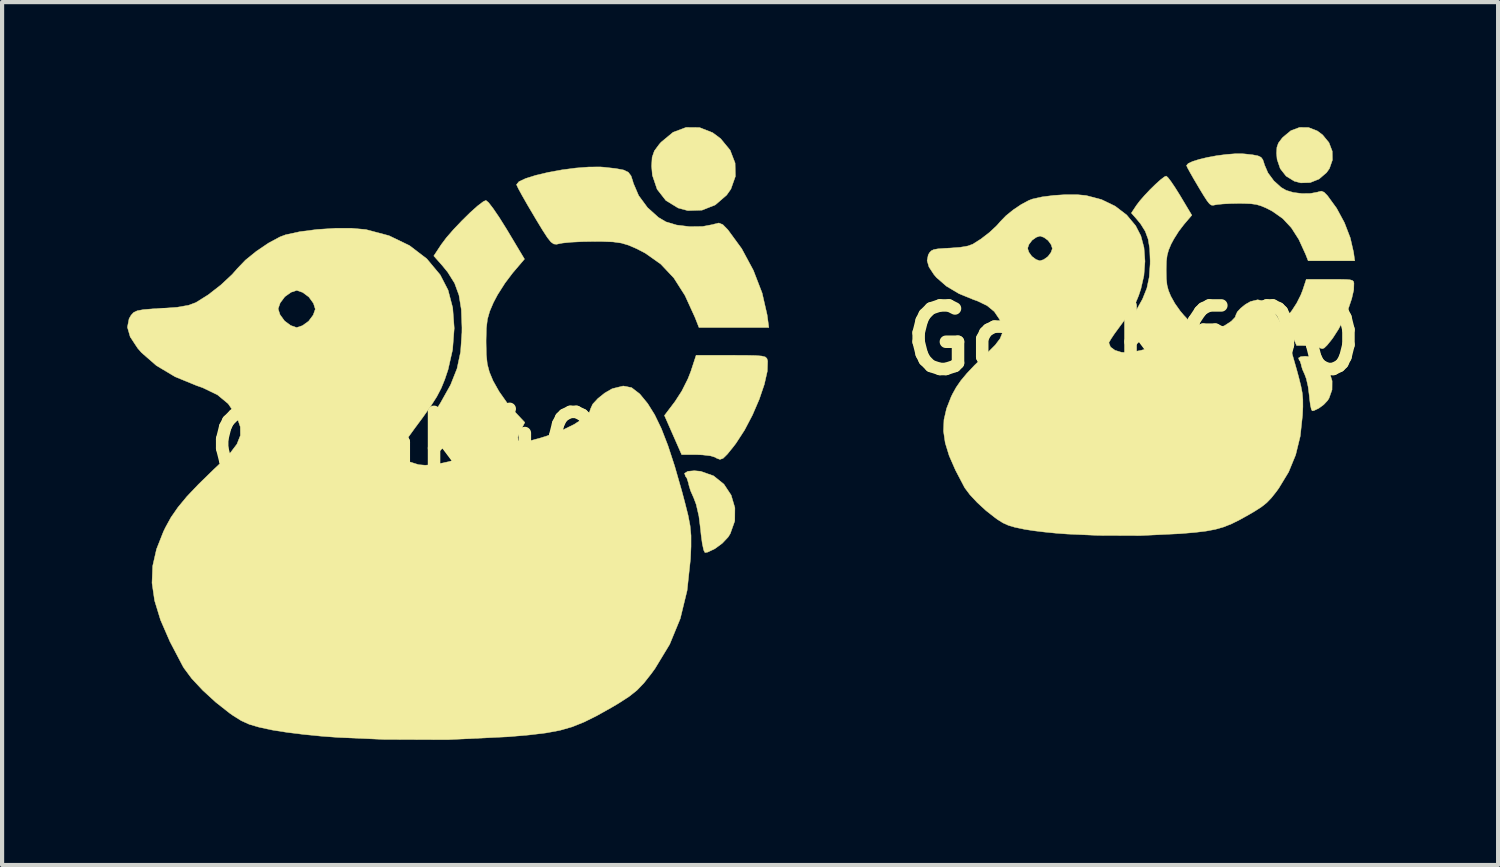
<source format=kicad_pcb>
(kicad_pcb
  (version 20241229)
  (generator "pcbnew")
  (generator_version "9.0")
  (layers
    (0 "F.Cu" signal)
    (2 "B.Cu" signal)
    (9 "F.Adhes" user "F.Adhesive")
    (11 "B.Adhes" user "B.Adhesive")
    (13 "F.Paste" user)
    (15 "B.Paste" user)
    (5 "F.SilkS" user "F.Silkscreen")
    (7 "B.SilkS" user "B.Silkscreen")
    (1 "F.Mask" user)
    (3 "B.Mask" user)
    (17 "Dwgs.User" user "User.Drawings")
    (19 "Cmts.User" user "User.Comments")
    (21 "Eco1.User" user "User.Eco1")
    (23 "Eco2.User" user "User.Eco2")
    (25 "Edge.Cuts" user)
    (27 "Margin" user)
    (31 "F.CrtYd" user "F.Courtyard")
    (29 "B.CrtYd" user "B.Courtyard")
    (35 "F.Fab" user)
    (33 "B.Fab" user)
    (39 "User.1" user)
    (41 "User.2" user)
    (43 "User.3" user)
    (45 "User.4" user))
  (footprint "GoInK600"
    (layer "F.Cu")
    (at 24.13 5.108)
    (property "Reference" "GoInK600" (at 0 0 0) (layer "F.SilkS") (effects (font (size 1.524 1.524) (thickness 0.3))))
    (attr through_hole)
    (fp_poly (pts (xy 4.195 -5.101) (xy 4.406 -5.019) (xy 4.532 -4.925) (xy 4.685 -4.739) (xy 4.764 -4.533) (xy 4.768 -4.321) (xy 4.697 -4.118) (xy 4.629 -4.021) (xy 4.447 -3.865) (xy 4.235 -3.78) (xy 4.009 -3.773) (xy 3.852 -3.815) (xy 3.657 -3.936) (xy 3.517 -4.115) (xy 3.441 -4.339) (xy 3.429 -4.485) (xy 3.437 -4.625) (xy 3.473 -4.728) (xy 3.553 -4.835) (xy 3.582 -4.868) (xy 3.772 -5.025) (xy 3.98 -5.103) (xy 4.195 -5.101)) (stroke (width 0.01) (type solid)) (fill yes) (layer "F.SilkS"))
    (fp_poly (pts (xy 4.214 0.394) (xy 4.42 0.467) (xy 4.584 0.599) (xy 4.7 0.775) (xy 4.761 0.977) (xy 4.759 1.188) (xy 4.687 1.391) (xy 4.652 1.446) (xy 4.559 1.545) (xy 4.44 1.632) (xy 4.327 1.686) (xy 4.283 1.693) (xy 4.262 1.654) (xy 4.239 1.55) (xy 4.22 1.4) (xy 4.214 1.335) (xy 4.185 1.111) (xy 4.142 0.923) (xy 4.103 0.818) (xy 4.051 0.702) (xy 4.023 0.61) (xy 4.022 0.592) (xy 3.993 0.503) (xy 3.972 0.476) (xy 3.955 0.426) (xy 4.007 0.394) (xy 4.113 0.384) (xy 4.214 0.394)) (stroke (width 0.01) (type solid)) (fill yes) (layer "F.SilkS"))
    (fp_poly (pts (xy 4.934 -1.46) (xy 5.091 -1.457) (xy 5.19 -1.449) (xy 5.246 -1.434) (xy 5.273 -1.41) (xy 5.283 -1.374) (xy 5.284 -1.367) (xy 5.279 -1.206) (xy 5.231 -0.997) (xy 5.15 -0.757) (xy 5.042 -0.507) (xy 4.915 -0.266) (xy 4.777 -0.052) (xy 4.738 -0.001) (xy 4.639 0.121) (xy 4.572 0.186) (xy 4.522 0.204) (xy 4.47 0.185) (xy 4.445 0.169) (xy 4.369 0.146) (xy 4.242 0.131) (xy 4.146 0.128) (xy 3.91 0.127) (xy 3.772 -0.186) (xy 3.635 -0.499) (xy 3.803 -0.721) (xy 3.912 -0.89) (xy 4.01 -1.084) (xy 4.056 -1.202) (xy 4.141 -1.46) (xy 4.706 -1.46) (xy 4.934 -1.46)) (stroke (width 0.01) (type solid)) (fill yes) (layer "F.SilkS"))
    (fp_poly (pts (xy 2.666 -4.467) (xy 2.857 -4.446) (xy 2.982 -4.422) (xy 3.057 -4.386) (xy 3.1 -4.329) (xy 3.13 -4.24) (xy 3.137 -4.212) (xy 3.222 -4.014) (xy 3.364 -3.822) (xy 3.539 -3.664) (xy 3.659 -3.594) (xy 3.83 -3.543) (xy 4.038 -3.517) (xy 4.245 -3.52) (xy 4.414 -3.552) (xy 4.424 -3.556) (xy 4.503 -3.575) (xy 4.568 -3.549) (xy 4.649 -3.467) (xy 4.649 -3.467) (xy 4.869 -3.165) (xy 5.056 -2.819) (xy 5.196 -2.456) (xy 5.276 -2.107) (xy 5.276 -2.106) (xy 5.303 -1.905) (xy 4.187 -1.905) (xy 4.124 -2.064) (xy 3.963 -2.416) (xy 3.784 -2.696) (xy 3.577 -2.918) (xy 3.33 -3.092) (xy 3.186 -3.167) (xy 3.059 -3.221) (xy 2.944 -3.255) (xy 2.812 -3.273) (xy 2.638 -3.28) (xy 2.519 -3.281) (xy 2.322 -3.277) (xy 2.144 -3.268) (xy 2.01 -3.255) (xy 1.965 -3.247) (xy 1.91 -3.236) (xy 1.865 -3.24) (xy 1.82 -3.272) (xy 1.764 -3.342) (xy 1.687 -3.46) (xy 1.579 -3.638) (xy 1.552 -3.684) (xy 1.446 -3.863) (xy 1.359 -4.016) (xy 1.297 -4.129) (xy 1.271 -4.187) (xy 1.27 -4.19) (xy 1.31 -4.238) (xy 1.418 -4.288) (xy 1.578 -4.338) (xy 1.776 -4.385) (xy 1.994 -4.425) (xy 2.217 -4.454) (xy 2.43 -4.471) (xy 2.615 -4.471) (xy 2.666 -4.467)) (stroke (width 0.01) (type solid)) (fill yes) (layer "F.SilkS"))
    (fp_poly (pts (xy 0.823 -3.903) (xy 0.896 -3.808) (xy 0.991 -3.668) (xy 1.099 -3.496) (xy 1.116 -3.468) (xy 1.397 -2.998) (xy 1.208 -2.776) (xy 1.084 -2.614) (xy 0.966 -2.427) (xy 0.9 -2.304) (xy 0.841 -2.164) (xy 0.806 -2.038) (xy 0.788 -1.895) (xy 0.783 -1.702) (xy 0.783 -1.672) (xy 0.787 -1.47) (xy 0.803 -1.321) (xy 0.836 -1.194) (xy 0.892 -1.059) (xy 0.897 -1.049) (xy 0.991 -0.881) (xy 1.116 -0.704) (xy 1.206 -0.597) (xy 1.403 -0.387) (xy 1.333 -0.252) (xy 1.292 -0.154) (xy 1.296 -0.095) (xy 1.353 -0.074) (xy 1.47 -0.089) (xy 1.654 -0.139) (xy 1.752 -0.17) (xy 1.99 -0.258) (xy 2.192 -0.356) (xy 2.344 -0.456) (xy 2.435 -0.551) (xy 2.455 -0.61) (xy 2.488 -0.681) (xy 2.571 -0.77) (xy 2.681 -0.858) (xy 2.792 -0.922) (xy 2.807 -0.929) (xy 2.975 -0.97) (xy 3.109 -0.944) (xy 3.236 -0.846) (xy 3.246 -0.836) (xy 3.367 -0.689) (xy 3.478 -0.51) (xy 3.585 -0.29) (xy 3.69 -0.019) (xy 3.799 0.313) (xy 3.914 0.716) (xy 3.96 0.886) (xy 4.013 1.098) (xy 4.045 1.265) (xy 4.059 1.42) (xy 4.06 1.597) (xy 4.051 1.796) (xy 3.997 2.299) (xy 3.887 2.749) (xy 3.718 3.16) (xy 3.483 3.547) (xy 3.425 3.628) (xy 3.306 3.778) (xy 3.196 3.893) (xy 3.07 3.994) (xy 2.904 4.101) (xy 2.79 4.168) (xy 2.554 4.3) (xy 2.35 4.402) (xy 2.159 4.478) (xy 1.963 4.534) (xy 1.741 4.576) (xy 1.475 4.608) (xy 1.144 4.636) (xy 1.122 4.638) (xy 0.166 4.684) (xy -0.846 4.68) (xy -1.587 4.647) (xy -1.856 4.627) (xy -2.136 4.599) (xy -2.398 4.567) (xy -2.611 4.534) (xy -2.639 4.528) (xy -2.849 4.484) (xy -3.003 4.438) (xy -3.131 4.38) (xy -3.261 4.299) (xy -3.316 4.259) (xy -3.539 4.084) (xy -3.747 3.893) (xy -3.923 3.705) (xy -4.048 3.538) (xy -4.063 3.51) (xy -4.27 3.115) (xy -4.421 2.77) (xy -4.516 2.461) (xy -4.557 2.178) (xy -4.546 1.907) (xy -4.484 1.638) (xy -4.374 1.357) (xy -4.342 1.291) (xy -4.253 1.13) (xy -4.142 0.969) (xy -3.998 0.796) (xy -3.812 0.599) (xy -3.571 0.366) (xy -3.5 0.298) (xy -3.316 0.114) (xy -3.199 -0.041) (xy -3.144 -0.179) (xy -3.145 -0.317) (xy -3.198 -0.468) (xy -3.215 -0.504) (xy -3.339 -0.687) (xy -3.511 -0.829) (xy -3.745 -0.942) (xy -3.84 -0.975) (xy -4.186 -1.117) (xy -4.487 -1.296) (xy -4.726 -1.504) (xy -4.786 -1.575) (xy -4.905 -1.756) (xy -4.95 -1.909) (xy -4.923 -2.046) (xy -4.891 -2.102) (xy -4.851 -2.144) (xy -4.792 -2.173) (xy -4.696 -2.191) (xy -4.565 -2.201) (xy -2.54 -2.201) (xy -2.511 -2.112) (xy -2.441 -2.014) (xy -2.436 -2.009) (xy -2.34 -1.937) (xy -2.248 -1.905) (xy -2.244 -1.905) (xy -2.154 -1.934) (xy -2.057 -2.004) (xy -2.051 -2.009) (xy -1.98 -2.105) (xy -1.947 -2.197) (xy -1.947 -2.201) (xy -1.976 -2.291) (xy -2.046 -2.388) (xy -2.051 -2.394) (xy -2.147 -2.465) (xy -2.239 -2.498) (xy -2.244 -2.498) (xy -2.333 -2.469) (xy -2.431 -2.399) (xy -2.436 -2.394) (xy -2.508 -2.298) (xy -2.54 -2.206) (xy -2.54 -2.201) (xy -4.565 -2.201) (xy -4.544 -2.203) (xy -4.414 -2.209) (xy -4.158 -2.228) (xy -3.974 -2.26) (xy -3.856 -2.303) (xy -3.66 -2.427) (xy -3.454 -2.586) (xy -3.275 -2.754) (xy -3.194 -2.847) (xy -3.063 -2.982) (xy -2.887 -3.125) (xy -2.694 -3.255) (xy -2.513 -3.352) (xy -2.42 -3.387) (xy -2.194 -3.437) (xy -1.92 -3.472) (xy -1.631 -3.491) (xy -1.359 -3.491) (xy -1.137 -3.47) (xy -0.768 -3.373) (xy -0.441 -3.215) (xy -0.165 -3.004) (xy 0.05 -2.746) (xy 0.175 -2.504) (xy 0.25 -2.22) (xy 0.274 -1.893) (xy 0.248 -1.55) (xy 0.176 -1.233) (xy 0.123 -1.073) (xy 0.067 -0.936) (xy -0.004 -0.802) (xy -0.098 -0.652) (xy -0.227 -0.47) (xy -0.355 -0.296) (xy -0.459 -0.154) (xy -0.539 -0.034) (xy -0.585 0.044) (xy -0.592 0.063) (xy -0.552 0.163) (xy -0.446 0.241) (xy -0.294 0.288) (xy -0.191 0.296) (xy -0.078 0.288) (xy 0.056 0.267) (xy 0.188 0.24) (xy 0.29 0.21) (xy 0.338 0.185) (xy 0.339 0.182) (xy 0.314 0.141) (xy 0.252 0.056) (xy 0.197 -0.014) (xy 0.098 -0.145) (xy 0.009 -0.274) (xy -0.021 -0.323) (xy -0.097 -0.455) (xy 0.057 -0.704) (xy 0.215 -0.987) (xy 0.319 -1.247) (xy 0.376 -1.516) (xy 0.397 -1.825) (xy 0.398 -1.905) (xy 0.387 -2.194) (xy 0.35 -2.422) (xy 0.28 -2.613) (xy 0.17 -2.789) (xy 0.084 -2.894) (xy -0.053 -3.05) (xy 0.065 -3.229) (xy 0.148 -3.339) (xy 0.263 -3.471) (xy 0.394 -3.61) (xy 0.528 -3.741) (xy 0.647 -3.848) (xy 0.739 -3.918) (xy 0.782 -3.937) (xy 0.823 -3.903)) (stroke (width 0.01) (type solid)) (fill yes) (layer "F.SilkS")))
  (footprint "GoInK400"
    (layer "F.Cu")
    (at 7.43 7.66)
    (property "Reference" "GoInK400" (at 0 0 0) (layer "F.SilkS") (effects (font (size 1.524 1.524) (thickness 0.3))))
    (attr through_hole)
    (fp_poly (pts (xy 6.293 -7.652) (xy 6.609 -7.528) (xy 6.798 -7.387) (xy 7.027 -7.109) (xy 7.146 -6.8) (xy 7.153 -6.482) (xy 7.045 -6.177) (xy 6.943 -6.032) (xy 6.671 -5.797) (xy 6.353 -5.671) (xy 6.013 -5.66) (xy 5.779 -5.723) (xy 5.485 -5.904) (xy 5.276 -6.172) (xy 5.162 -6.509) (xy 5.144 -6.728) (xy 5.156 -6.937) (xy 5.21 -7.092) (xy 5.329 -7.253) (xy 5.373 -7.302) (xy 5.658 -7.538) (xy 5.97 -7.655) (xy 6.293 -7.652)) (stroke (width 0.01) (type solid)) (fill yes) (layer "F.SilkS"))
    (fp_poly (pts (xy 6.322 0.591) (xy 6.63 0.7) (xy 6.877 0.899) (xy 7.051 1.162) (xy 7.141 1.465) (xy 7.138 1.782) (xy 7.03 2.086) (xy 6.978 2.169) (xy 6.838 2.317) (xy 6.66 2.448) (xy 6.491 2.528) (xy 6.424 2.54) (xy 6.393 2.481) (xy 6.359 2.325) (xy 6.329 2.101) (xy 6.32 2.003) (xy 6.278 1.667) (xy 6.213 1.385) (xy 6.154 1.228) (xy 6.077 1.054) (xy 6.035 0.914) (xy 6.032 0.888) (xy 5.99 0.755) (xy 5.958 0.713) (xy 5.933 0.639) (xy 6.011 0.591) (xy 6.169 0.577) (xy 6.322 0.591)) (stroke (width 0.01) (type solid)) (fill yes) (layer "F.SilkS"))
    (fp_poly (pts (xy 7.401 -2.19) (xy 7.636 -2.185) (xy 7.785 -2.173) (xy 7.87 -2.151) (xy 7.909 -2.114) (xy 7.924 -2.061) (xy 7.926 -2.05) (xy 7.918 -1.809) (xy 7.847 -1.495) (xy 7.725 -1.136) (xy 7.563 -0.76) (xy 7.373 -0.398) (xy 7.165 -0.078) (xy 7.107 -0.002) (xy 6.958 0.182) (xy 6.859 0.279) (xy 6.783 0.306) (xy 6.704 0.277) (xy 6.668 0.254) (xy 6.553 0.219) (xy 6.362 0.197) (xy 6.219 0.191) (xy 5.865 0.191) (xy 5.452 -0.748) (xy 5.705 -1.082) (xy 5.868 -1.334) (xy 6.015 -1.627) (xy 6.084 -1.803) (xy 6.211 -2.191) (xy 7.059 -2.191) (xy 7.401 -2.19)) (stroke (width 0.01) (type solid)) (fill yes) (layer "F.SilkS"))
    (fp_poly (pts (xy 3.999 -6.701) (xy 4.286 -6.669) (xy 4.473 -6.634) (xy 4.585 -6.58) (xy 4.651 -6.493) (xy 4.695 -6.36) (xy 4.706 -6.318) (xy 4.833 -6.021) (xy 5.046 -5.732) (xy 5.309 -5.496) (xy 5.489 -5.39) (xy 5.745 -5.314) (xy 6.056 -5.276) (xy 6.367 -5.28) (xy 6.621 -5.328) (xy 6.636 -5.334) (xy 6.755 -5.363) (xy 6.852 -5.324) (xy 6.973 -5.2) (xy 6.973 -5.2) (xy 7.304 -4.748) (xy 7.584 -4.228) (xy 7.794 -3.684) (xy 7.914 -3.16) (xy 7.914 -3.159) (xy 7.955 -2.857) (xy 6.28 -2.857) (xy 6.186 -3.096) (xy 5.945 -3.624) (xy 5.677 -4.045) (xy 5.365 -4.376) (xy 4.995 -4.638) (xy 4.779 -4.75) (xy 4.588 -4.832) (xy 4.415 -4.883) (xy 4.219 -4.91) (xy 3.957 -4.92) (xy 3.778 -4.921) (xy 3.483 -4.916) (xy 3.216 -4.903) (xy 3.015 -4.883) (xy 2.947 -4.871) (xy 2.865 -4.853) (xy 2.798 -4.86) (xy 2.73 -4.908) (xy 2.646 -5.013) (xy 2.531 -5.19) (xy 2.369 -5.457) (xy 2.328 -5.527) (xy 2.169 -5.795) (xy 2.038 -6.025) (xy 1.946 -6.194) (xy 1.906 -6.28) (xy 1.905 -6.285) (xy 1.964 -6.356) (xy 2.127 -6.432) (xy 2.368 -6.507) (xy 2.664 -6.577) (xy 2.991 -6.637) (xy 3.326 -6.681) (xy 3.645 -6.706) (xy 3.922 -6.707) (xy 3.999 -6.701)) (stroke (width 0.01) (type solid)) (fill yes) (layer "F.SilkS"))
    (fp_poly (pts (xy 1.234 -5.854) (xy 1.343 -5.713) (xy 1.487 -5.502) (xy 1.649 -5.244) (xy 1.675 -5.202) (xy 2.096 -4.498) (xy 1.811 -4.164) (xy 1.627 -3.92) (xy 1.449 -3.64) (xy 1.351 -3.455) (xy 1.262 -3.246) (xy 1.208 -3.057) (xy 1.182 -2.842) (xy 1.175 -2.553) (xy 1.175 -2.508) (xy 1.181 -2.205) (xy 1.204 -1.981) (xy 1.254 -1.791) (xy 1.338 -1.589) (xy 1.345 -1.574) (xy 1.487 -1.322) (xy 1.674 -1.056) (xy 1.809 -0.896) (xy 2.104 -0.581) (xy 1.999 -0.379) (xy 1.937 -0.231) (xy 1.944 -0.143) (xy 2.029 -0.111) (xy 2.205 -0.134) (xy 2.482 -0.209) (xy 2.627 -0.255) (xy 2.986 -0.387) (xy 3.288 -0.535) (xy 3.517 -0.685) (xy 3.653 -0.826) (xy 3.683 -0.915) (xy 3.732 -1.021) (xy 3.857 -1.156) (xy 4.021 -1.287) (xy 4.188 -1.384) (xy 4.211 -1.393) (xy 4.462 -1.455) (xy 4.664 -1.416) (xy 4.855 -1.269) (xy 4.869 -1.254) (xy 5.05 -1.034) (xy 5.217 -0.766) (xy 5.377 -0.435) (xy 5.535 -0.028) (xy 5.698 0.47) (xy 5.871 1.074) (xy 5.939 1.33) (xy 6.019 1.647) (xy 6.067 1.897) (xy 6.089 2.13) (xy 6.089 2.396) (xy 6.076 2.694) (xy 5.995 3.449) (xy 5.831 4.123) (xy 5.577 4.74) (xy 5.225 5.321) (xy 5.137 5.442) (xy 4.96 5.667) (xy 4.794 5.84) (xy 4.604 5.991) (xy 4.355 6.152) (xy 4.186 6.252) (xy 3.831 6.451) (xy 3.525 6.603) (xy 3.239 6.718) (xy 2.945 6.802) (xy 2.612 6.864) (xy 2.212 6.912) (xy 1.716 6.955) (xy 1.683 6.957) (xy 0.249 7.026) (xy -1.269 7.02) (xy -2.381 6.971) (xy -2.784 6.941) (xy -3.204 6.899) (xy -3.598 6.85) (xy -3.917 6.8) (xy -3.959 6.793) (xy -4.273 6.725) (xy -4.504 6.657) (xy -4.696 6.57) (xy -4.891 6.448) (xy -4.975 6.389) (xy -5.309 6.126) (xy -5.621 5.84) (xy -5.885 5.557) (xy -6.071 5.306) (xy -6.095 5.266) (xy -6.406 4.673) (xy -6.631 4.155) (xy -6.773 3.692) (xy -6.835 3.267) (xy -6.819 2.861) (xy -6.727 2.457) (xy -6.561 2.036) (xy -6.513 1.937) (xy -6.38 1.695) (xy -6.213 1.454) (xy -5.998 1.194) (xy -5.717 0.899) (xy -5.357 0.548) (xy -5.249 0.447) (xy -4.974 0.17) (xy -4.799 -0.061) (xy -4.716 -0.269) (xy -4.718 -0.475) (xy -4.796 -0.702) (xy -4.823 -0.757) (xy -5.009 -1.03) (xy -5.266 -1.243) (xy -5.618 -1.413) (xy -5.761 -1.463) (xy -6.279 -1.675) (xy -6.73 -1.944) (xy -7.088 -2.256) (xy -7.18 -2.362) (xy -7.358 -2.633) (xy -7.425 -2.864) (xy -7.385 -3.069) (xy -7.336 -3.153) (xy -7.277 -3.217) (xy -7.189 -3.259) (xy -7.044 -3.286) (xy -6.847 -3.302) (xy -3.81 -3.302) (xy -3.767 -3.167) (xy -3.662 -3.022) (xy -3.654 -3.013) (xy -3.51 -2.906) (xy -3.373 -2.858) (xy -3.365 -2.857) (xy -3.231 -2.901) (xy -3.085 -3.005) (xy -3.077 -3.013) (xy -2.97 -3.157) (xy -2.921 -3.295) (xy -2.921 -3.302) (xy -2.964 -3.437) (xy -3.069 -3.582) (xy -3.077 -3.591) (xy -3.221 -3.698) (xy -3.358 -3.746) (xy -3.365 -3.747) (xy -3.5 -3.703) (xy -3.646 -3.599) (xy -3.654 -3.591) (xy -3.762 -3.447) (xy -3.81 -3.309) (xy -3.81 -3.302) (xy -6.847 -3.302) (xy -6.816 -3.305) (xy -6.621 -3.314) (xy -6.237 -3.342) (xy -5.961 -3.39) (xy -5.785 -3.455) (xy -5.489 -3.64) (xy -5.182 -3.879) (xy -4.912 -4.131) (xy -4.79 -4.27) (xy -4.595 -4.473) (xy -4.331 -4.687) (xy -4.042 -4.882) (xy -3.769 -5.029) (xy -3.631 -5.081) (xy -3.29 -5.155) (xy -2.879 -5.208) (xy -2.446 -5.236) (xy -2.039 -5.236) (xy -1.706 -5.206) (xy -1.152 -5.059) (xy -0.661 -4.822) (xy -0.247 -4.506) (xy 0.075 -4.12) (xy 0.263 -3.756) (xy 0.375 -3.329) (xy 0.411 -2.84) (xy 0.372 -2.326) (xy 0.264 -1.849) (xy 0.184 -1.61) (xy 0.1 -1.404) (xy -0.005 -1.202) (xy -0.147 -0.979) (xy -0.34 -0.705) (xy -0.533 -0.445) (xy -0.688 -0.231) (xy -0.809 -0.052) (xy -0.878 0.066) (xy -0.888 0.095) (xy -0.827 0.244) (xy -0.669 0.362) (xy -0.441 0.432) (xy -0.286 0.445) (xy -0.118 0.432) (xy 0.085 0.401) (xy 0.282 0.359) (xy 0.435 0.315) (xy 0.507 0.277) (xy 0.508 0.273) (xy 0.472 0.211) (xy 0.378 0.084) (xy 0.295 -0.021) (xy 0.147 -0.217) (xy 0.014 -0.411) (xy -0.031 -0.484) (xy -0.145 -0.682) (xy 0.086 -1.056) (xy 0.323 -1.48) (xy 0.478 -1.87) (xy 0.564 -2.273) (xy 0.596 -2.738) (xy 0.597 -2.857) (xy 0.581 -3.29) (xy 0.525 -3.633) (xy 0.42 -3.92) (xy 0.255 -4.184) (xy 0.126 -4.342) (xy -0.079 -4.574) (xy 0.098 -4.843) (xy 0.222 -5.009) (xy 0.394 -5.207) (xy 0.592 -5.415) (xy 0.791 -5.611) (xy 0.971 -5.772) (xy 1.109 -5.877) (xy 1.172 -5.905) (xy 1.234 -5.854)) (stroke (width 0.01) (type solid)) (fill yes) (layer "F.SilkS")))
  (gr_rect
    (start -3 -3)
    (end 32.871 17.691)
    (stroke (width 0.1) (type default))
    (fill no)
    (layer "Edge.Cuts")))
</source>
